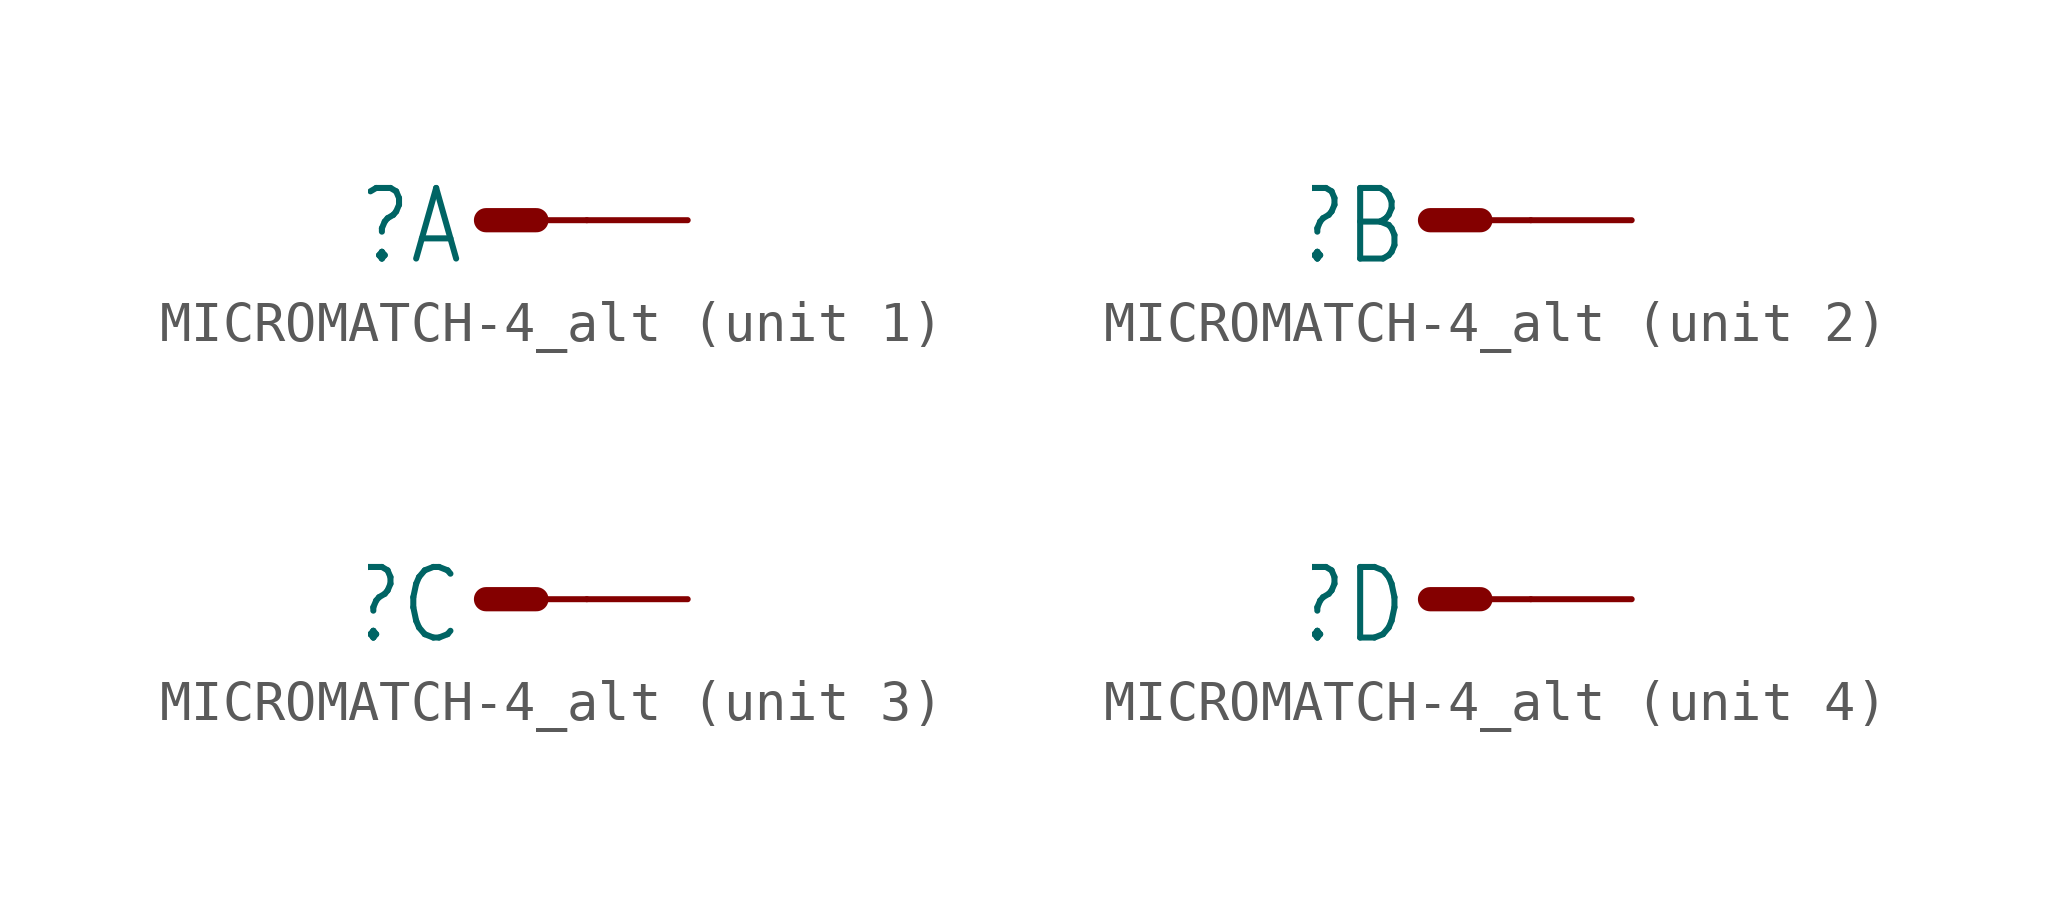
<source format=kicad_sym>
(kicad_symbol_lib
  (version 20220914)
  (generator kicad_symbol_editor)
  (symbol "MICROMATCH-4_alt"
    (property "Reference" "X"
      (at -0.508 0.889 0)
      (effects (font (size 1.778 1.511)) (justify right top)))
    (property "ki_locked" ""
      (at 0 0 0)
      (effects (font (size 1.27 1.27))))
    (symbol "MICROMATCH-4_alt_1_0"
      (polyline (pts (xy 0 0) (xy 1.27 0)) (stroke (width 0.61) (type solid)) (fill (type none)))
      (polyline (pts (xy 1.27 0) (xy 2.54 0)) (stroke (width 0.152) (type solid)) (fill (type none)))
      (pin unspecified line (at 5.08 0 180) (length 2.54) (name "S" (effects (font (size 0 0)))) (number "1" (effects (font (size 0 0))))))
    (symbol "MICROMATCH-4_alt_2_0"
      (polyline (pts (xy 0 0) (xy 1.27 0)) (stroke (width 0.61) (type solid)) (fill (type none)))
      (polyline (pts (xy 1.27 0) (xy 2.54 0)) (stroke (width 0.152) (type solid)) (fill (type none)))
      (pin passive line (at 5.08 0 180) (length 2.54) (name "S" (effects (font (size 0 0)))) (number "2" (effects (font (size 0 0))))))
    (symbol "MICROMATCH-4_alt_3_0"
      (polyline (pts (xy 0 0) (xy 1.27 0)) (stroke (width 0.61) (type solid)) (fill (type none)))
      (polyline (pts (xy 1.27 0) (xy 2.54 0)) (stroke (width 0.152) (type solid)) (fill (type none)))
      (pin passive line (at 5.08 0 180) (length 2.54) (name "S" (effects (font (size 0 0)))) (number "3" (effects (font (size 0 0))))))
    (symbol "MICROMATCH-4_alt_4_0"
      (polyline (pts (xy 0 0) (xy 1.27 0)) (stroke (width 0.61) (type solid)) (fill (type none)))
      (polyline (pts (xy 1.27 0) (xy 2.54 0)) (stroke (width 0.152) (type solid)) (fill (type none)))
      (pin passive line (at 5.08 0 180) (length 2.54) (name "S" (effects (font (size 0 0)))) (number "4" (effects (font (size 0 0))))))))
</source>
